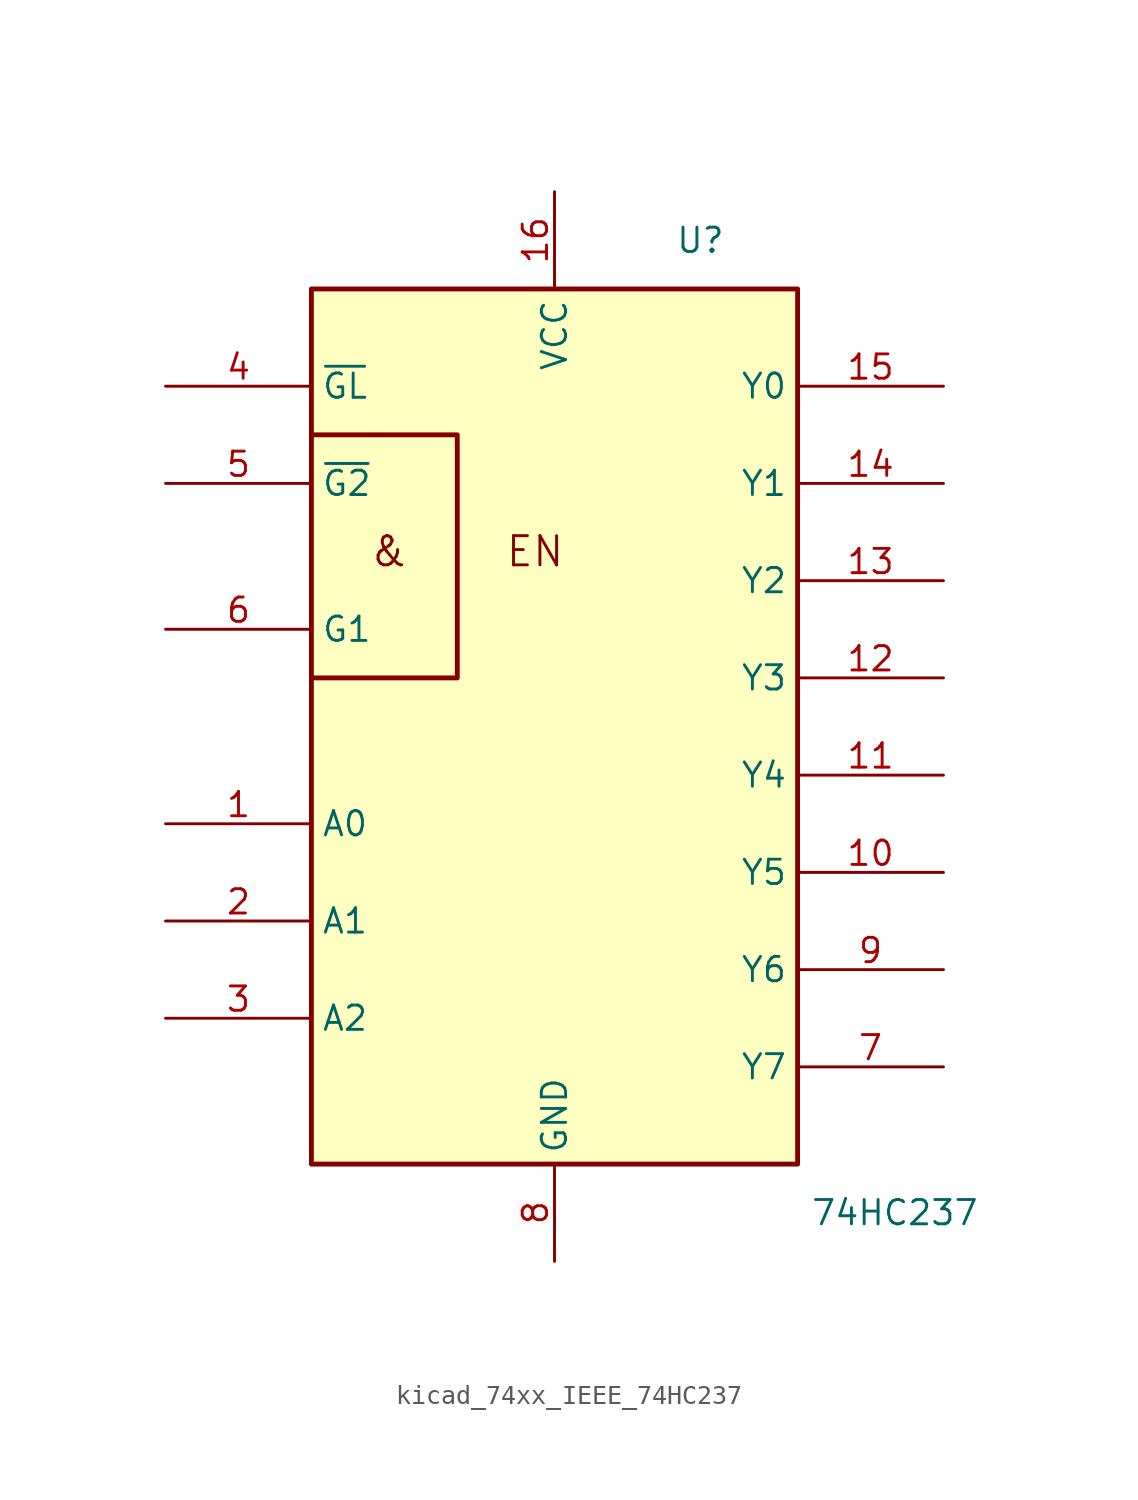
<source format=kicad_sym>
(kicad_symbol_lib
  (version 20220914)
  (generator kicad_symbol_editor)
  (symbol "kicad_74xx_IEEE_74HC237"
    (property "Reference" "U"
      (at 7.62 17.78 0)
      (effects (font (size 1.27 1.27))))
    (property "Value" "74HC237"
      (at 17.78 -33.02 0)
      (effects (font (size 1.27 1.27))))
    (symbol "kicad_74xx_IEEE_74HC237_0_0"
      (text "&" (at -8.636 1.524 0) (effects (font (size 1.524 1.524))))
      (text "EN" (at -1.016 1.524 0) (effects (font (size 1.524 1.524))))
      (pin power_in line (at 0 20.32 270) (length 5.08) (name "VCC" (effects (font (size 1.27 1.27)))) (number "16" (effects (font (size 1.27 1.27))))))
    (symbol "kicad_74xx_IEEE_74HC237_0_1"
      (rectangle (start -12.7 15.24) (end 12.7 -30.48) (stroke (width 0.254) (type default)) (fill (type background)))
      (polyline (pts (xy -12.7 7.62) (xy -5.08 7.62) (xy -5.08 -5.08) (xy -12.7 -5.08) (xy -12.7 -5.08)) (stroke (width 0.254) (type default)) (fill (type background)))
      (pin power_in line (at 0 -35.56 90) (length 5.08) (name "GND" (effects (font (size 1.27 1.27)))) (number "8" (effects (font (size 1.27 1.27))))))
    (symbol "kicad_74xx_IEEE_74HC237_1_1"
      (pin input line (at -20.32 -12.7 0) (length 7.62) (name "A0" (effects (font (size 1.27 1.27)))) (number "1" (effects (font (size 1.27 1.27)))))
      (pin output line (at 20.32 -15.24 180) (length 7.62) (name "Y5" (effects (font (size 1.27 1.27)))) (number "10" (effects (font (size 1.27 1.27)))))
      (pin output line (at 20.32 -10.16 180) (length 7.62) (name "Y4" (effects (font (size 1.27 1.27)))) (number "11" (effects (font (size 1.27 1.27)))))
      (pin output line (at 20.32 -5.08 180) (length 7.62) (name "Y3" (effects (font (size 1.27 1.27)))) (number "12" (effects (font (size 1.27 1.27)))))
      (pin output line (at 20.32 0 180) (length 7.62) (name "Y2" (effects (font (size 1.27 1.27)))) (number "13" (effects (font (size 1.27 1.27)))))
      (pin output line (at 20.32 5.08 180) (length 7.62) (name "Y1" (effects (font (size 1.27 1.27)))) (number "14" (effects (font (size 1.27 1.27)))))
      (pin output line (at 20.32 10.16 180) (length 7.62) (name "Y0" (effects (font (size 1.27 1.27)))) (number "15" (effects (font (size 1.27 1.27)))))
      (pin input line (at -20.32 -17.78 0) (length 7.62) (name "A1" (effects (font (size 1.27 1.27)))) (number "2" (effects (font (size 1.27 1.27)))))
      (pin input line (at -20.32 -22.86 0) (length 7.62) (name "A2" (effects (font (size 1.27 1.27)))) (number "3" (effects (font (size 1.27 1.27)))))
      (pin input line (at -20.32 10.16 0) (length 7.62) (name "~{GL}" (effects (font (size 1.27 1.27)))) (number "4" (effects (font (size 1.27 1.27)))))
      (pin input line (at -20.32 5.08 0) (length 7.62) (name "~{G2}" (effects (font (size 1.27 1.27)))) (number "5" (effects (font (size 1.27 1.27)))))
      (pin input line (at -20.32 -2.54 0) (length 7.62) (name "G1" (effects (font (size 1.27 1.27)))) (number "6" (effects (font (size 1.27 1.27)))))
      (pin output line (at 20.32 -25.4 180) (length 7.62) (name "Y7" (effects (font (size 1.27 1.27)))) (number "7" (effects (font (size 1.27 1.27)))))
      (pin output line (at 20.32 -20.32 180) (length 7.62) (name "Y6" (effects (font (size 1.27 1.27)))) (number "9" (effects (font (size 1.27 1.27))))))))
</source>
